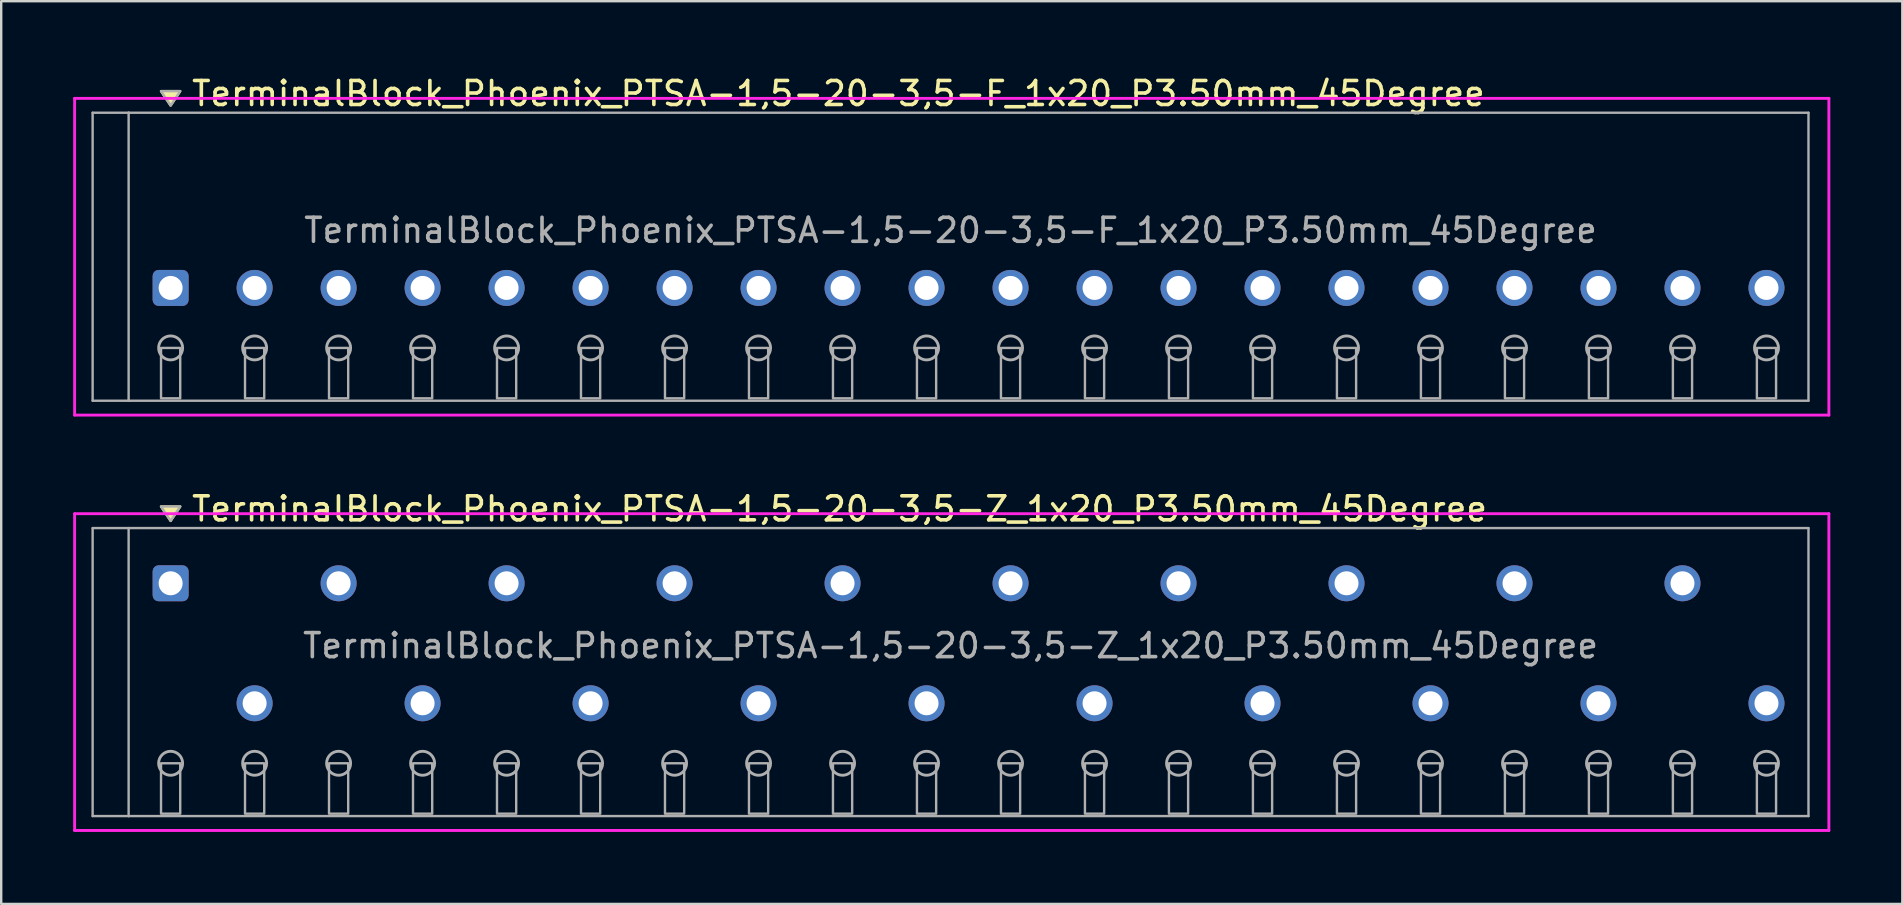
<source format=kicad_pcb>
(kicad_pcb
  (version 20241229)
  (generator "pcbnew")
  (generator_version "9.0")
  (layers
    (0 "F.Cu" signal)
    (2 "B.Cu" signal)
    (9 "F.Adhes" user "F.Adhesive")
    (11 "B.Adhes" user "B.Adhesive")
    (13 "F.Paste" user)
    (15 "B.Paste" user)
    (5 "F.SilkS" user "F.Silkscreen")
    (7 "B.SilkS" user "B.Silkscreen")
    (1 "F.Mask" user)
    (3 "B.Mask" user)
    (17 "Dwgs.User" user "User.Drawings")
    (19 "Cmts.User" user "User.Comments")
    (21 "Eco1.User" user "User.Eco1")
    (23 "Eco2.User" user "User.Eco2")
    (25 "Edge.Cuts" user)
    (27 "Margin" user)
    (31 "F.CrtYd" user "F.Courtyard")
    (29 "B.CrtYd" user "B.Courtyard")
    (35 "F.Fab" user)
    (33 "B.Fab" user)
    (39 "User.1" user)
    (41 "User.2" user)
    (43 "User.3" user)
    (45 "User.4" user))
  (footprint "TerminalBlock_Phoenix_PTSA-1,5-20-3,5-F_1x20_P3.50mm_45Degree"
    (layer "F.Cu")
    (at 4.06 8.948)
    (property "Reference" "TerminalBlock_Phoenix_PTSA-1,5-20-3,5-F_1x20_P3.50mm_45Degree" (at 0.8 -8.1 0) (layer "F.SilkS") (effects (font (size 1 1) (thickness 0.15)) (justify left)))
    (attr through_hole)
    (fp_poly (pts (xy 0 -7.6) (xy -0.4 -8.2) (xy 0.4 -8.2)) (stroke (width 0.1) (type solid)) (fill yes) (layer "F.SilkS"))
    (fp_line (start -4 -7.9) (end 69.1 -7.9) (stroke (width 0.12) (type solid)) (layer "F.CrtYd"))
    (fp_line (start -4 5.3) (end -4 -7.9) (stroke (width 0.12) (type solid)) (layer "F.CrtYd"))
    (fp_line (start 69.1 -7.9) (end 69.1 5.3) (stroke (width 0.12) (type solid)) (layer "F.CrtYd"))
    (fp_line (start 69.1 5.3) (end -4 5.3) (stroke (width 0.12) (type solid)) (layer "F.CrtYd"))
    (fp_line (start -3.25 -7.3) (end -1.75 -7.3) (stroke (width 0.1) (type solid)) (layer "F.Fab"))
    (fp_line (start -3.25 4.7) (end -3.25 -7.3) (stroke (width 0.1) (type solid)) (layer "F.Fab"))
    (fp_line (start -1.75 -7.3) (end -1.75 4.7) (stroke (width 0.1) (type solid)) (layer "F.Fab"))
    (fp_line (start -1.75 4.7) (end -3.25 4.7) (stroke (width 0.1) (type solid)) (layer "F.Fab"))
    (fp_line (start -1.75 4.7) (end 68.25 4.7) (stroke (width 0.1) (type solid)) (layer "F.Fab"))
    (fp_line (start 68.25 -7.3) (end -1.75 -7.3) (stroke (width 0.1) (type solid)) (layer "F.Fab"))
    (fp_line (start 68.25 4.7) (end 68.25 -7.3) (stroke (width 0.1) (type solid)) (layer "F.Fab"))
    (fp_circle (center 0 2.5) (end -0.5 2.5) (stroke (width 0.12) (type solid)) (fill no) (layer "F.Fab"))
    (fp_circle (center 3.5 2.5) (end 3 2.5) (stroke (width 0.12) (type solid)) (fill no) (layer "F.Fab"))
    (fp_circle (center 7 2.5) (end 6.5 2.5) (stroke (width 0.12) (type solid)) (fill no) (layer "F.Fab"))
    (fp_circle (center 10.5 2.5) (end 10 2.5) (stroke (width 0.12) (type solid)) (fill no) (layer "F.Fab"))
    (fp_circle (center 14 2.5) (end 13.5 2.5) (stroke (width 0.12) (type solid)) (fill no) (layer "F.Fab"))
    (fp_circle (center 17.5 2.5) (end 17 2.5) (stroke (width 0.12) (type solid)) (fill no) (layer "F.Fab"))
    (fp_circle (center 21 2.5) (end 20.5 2.5) (stroke (width 0.12) (type solid)) (fill no) (layer "F.Fab"))
    (fp_circle (center 24.5 2.5) (end 24 2.5) (stroke (width 0.12) (type solid)) (fill no) (layer "F.Fab"))
    (fp_circle (center 28 2.5) (end 27.5 2.5) (stroke (width 0.12) (type solid)) (fill no) (layer "F.Fab"))
    (fp_circle (center 31.5 2.5) (end 31 2.5) (stroke (width 0.12) (type solid)) (fill no) (layer "F.Fab"))
    (fp_circle (center 35 2.5) (end 34.5 2.5) (stroke (width 0.12) (type solid)) (fill no) (layer "F.Fab"))
    (fp_circle (center 38.5 2.5) (end 38 2.5) (stroke (width 0.12) (type solid)) (fill no) (layer "F.Fab"))
    (fp_circle (center 42 2.5) (end 41.5 2.5) (stroke (width 0.12) (type solid)) (fill no) (layer "F.Fab"))
    (fp_circle (center 45.5 2.5) (end 45 2.5) (stroke (width 0.12) (type solid)) (fill no) (layer "F.Fab"))
    (fp_circle (center 49 2.5) (end 48.5 2.5) (stroke (width 0.12) (type solid)) (fill no) (layer "F.Fab"))
    (fp_circle (center 52.5 2.5) (end 52 2.5) (stroke (width 0.12) (type solid)) (fill no) (layer "F.Fab"))
    (fp_circle (center 56 2.5) (end 55.5 2.5) (stroke (width 0.12) (type solid)) (fill no) (layer "F.Fab"))
    (fp_circle (center 59.5 2.5) (end 59 2.5) (stroke (width 0.12) (type solid)) (fill no) (layer "F.Fab"))
    (fp_circle (center 63 2.5) (end 62.5 2.5) (stroke (width 0.12) (type solid)) (fill no) (layer "F.Fab"))
    (fp_circle (center 66.5 2.5) (end 66 2.5) (stroke (width 0.12) (type solid)) (fill no) (layer "F.Fab"))
    (fp_poly (pts (xy 0 -7.6) (xy -0.4 -8.2) (xy 0.4 -8.2)) (stroke (width 0.1) (type solid)) (fill no) (layer "F.Fab"))
    (fp_poly (pts (xy -0.4 2.5) (xy -0.4 4.6) (xy 0.4 4.6) (xy 0.4 2.5)) (stroke (width 0.1) (type solid)) (fill no) (layer "F.Fab"))
    (fp_poly (pts (xy 3.1 2.5) (xy 3.1 4.6) (xy 3.9 4.6) (xy 3.9 2.5)) (stroke (width 0.1) (type solid)) (fill no) (layer "F.Fab"))
    (fp_poly (pts (xy 6.6 2.5) (xy 6.6 4.6) (xy 7.4 4.6) (xy 7.4 2.5)) (stroke (width 0.1) (type solid)) (fill no) (layer "F.Fab"))
    (fp_poly (pts (xy 10.1 2.5) (xy 10.1 4.6) (xy 10.9 4.6) (xy 10.9 2.5)) (stroke (width 0.1) (type solid)) (fill no) (layer "F.Fab"))
    (fp_poly (pts (xy 13.6 2.5) (xy 13.6 4.6) (xy 14.4 4.6) (xy 14.4 2.5)) (stroke (width 0.1) (type solid)) (fill no) (layer "F.Fab"))
    (fp_poly (pts (xy 17.1 2.5) (xy 17.1 4.6) (xy 17.9 4.6) (xy 17.9 2.5)) (stroke (width 0.1) (type solid)) (fill no) (layer "F.Fab"))
    (fp_poly (pts (xy 20.6 2.5) (xy 20.6 4.6) (xy 21.4 4.6) (xy 21.4 2.5)) (stroke (width 0.1) (type solid)) (fill no) (layer "F.Fab"))
    (fp_poly (pts (xy 24.1 2.5) (xy 24.1 4.6) (xy 24.9 4.6) (xy 24.9 2.5)) (stroke (width 0.1) (type solid)) (fill no) (layer "F.Fab"))
    (fp_poly (pts (xy 27.6 2.5) (xy 27.6 4.6) (xy 28.4 4.6) (xy 28.4 2.5)) (stroke (width 0.1) (type solid)) (fill no) (layer "F.Fab"))
    (fp_poly (pts (xy 31.1 2.5) (xy 31.1 4.6) (xy 31.9 4.6) (xy 31.9 2.5)) (stroke (width 0.1) (type solid)) (fill no) (layer "F.Fab"))
    (fp_poly (pts (xy 34.6 2.5) (xy 34.6 4.6) (xy 35.4 4.6) (xy 35.4 2.5)) (stroke (width 0.1) (type solid)) (fill no) (layer "F.Fab"))
    (fp_poly (pts (xy 38.1 2.5) (xy 38.1 4.6) (xy 38.9 4.6) (xy 38.9 2.5)) (stroke (width 0.1) (type solid)) (fill no) (layer "F.Fab"))
    (fp_poly (pts (xy 41.6 2.5) (xy 41.6 4.6) (xy 42.4 4.6) (xy 42.4 2.5)) (stroke (width 0.1) (type solid)) (fill no) (layer "F.Fab"))
    (fp_poly (pts (xy 45.1 2.5) (xy 45.1 4.6) (xy 45.9 4.6) (xy 45.9 2.5)) (stroke (width 0.1) (type solid)) (fill no) (layer "F.Fab"))
    (fp_poly (pts (xy 48.6 2.5) (xy 48.6 4.6) (xy 49.4 4.6) (xy 49.4 2.5)) (stroke (width 0.1) (type solid)) (fill no) (layer "F.Fab"))
    (fp_poly (pts (xy 52.1 2.5) (xy 52.1 4.6) (xy 52.9 4.6) (xy 52.9 2.5)) (stroke (width 0.1) (type solid)) (fill no) (layer "F.Fab"))
    (fp_poly (pts (xy 55.6 2.5) (xy 55.6 4.6) (xy 56.4 4.6) (xy 56.4 2.5)) (stroke (width 0.1) (type solid)) (fill no) (layer "F.Fab"))
    (fp_poly (pts (xy 59.1 2.5) (xy 59.1 4.6) (xy 59.9 4.6) (xy 59.9 2.5)) (stroke (width 0.1) (type solid)) (fill no) (layer "F.Fab"))
    (fp_poly (pts (xy 62.6 2.5) (xy 62.6 4.6) (xy 63.4 4.6) (xy 63.4 2.5)) (stroke (width 0.1) (type solid)) (fill no) (layer "F.Fab"))
    (fp_poly (pts (xy 66.1 2.5) (xy 66.1 4.6) (xy 66.9 4.6) (xy 66.9 2.5)) (stroke (width 0.1) (type solid)) (fill no) (layer "F.Fab"))
    (fp_text user "${REFERENCE}" (at 32.5 -2.4 0) (layer "F.Fab") (effects (font (size 1 1) (thickness 0.15))))
    (pad "1" thru_hole roundrect (at 0 0) (size 1.5 1.5) (drill 1) (layers "*.Cu" "*.Mask") (roundrect_rratio 0.167))
    (pad "2" thru_hole oval (at 3.5 0) (size 1.5 1.5) (drill 1) (layers "*.Cu" "*.Mask"))
    (pad "3" thru_hole oval (at 7 0) (size 1.5 1.5) (drill 1) (layers "*.Cu" "*.Mask"))
    (pad "4" thru_hole oval (at 10.5 0) (size 1.5 1.5) (drill 1) (layers "*.Cu" "*.Mask"))
    (pad "5" thru_hole oval (at 14 0) (size 1.5 1.5) (drill 1) (layers "*.Cu" "*.Mask"))
    (pad "6" thru_hole oval (at 17.5 0) (size 1.5 1.5) (drill 1) (layers "*.Cu" "*.Mask"))
    (pad "7" thru_hole oval (at 21 0) (size 1.5 1.5) (drill 1) (layers "*.Cu" "*.Mask"))
    (pad "8" thru_hole oval (at 24.5 0) (size 1.5 1.5) (drill 1) (layers "*.Cu" "*.Mask"))
    (pad "9" thru_hole oval (at 28 0) (size 1.5 1.5) (drill 1) (layers "*.Cu" "*.Mask"))
    (pad "10" thru_hole oval (at 31.5 0) (size 1.5 1.5) (drill 1) (layers "*.Cu" "*.Mask"))
    (pad "11" thru_hole oval (at 35 0) (size 1.5 1.5) (drill 1) (layers "*.Cu" "*.Mask"))
    (pad "12" thru_hole oval (at 38.5 0) (size 1.5 1.5) (drill 1) (layers "*.Cu" "*.Mask"))
    (pad "13" thru_hole oval (at 42 0) (size 1.5 1.5) (drill 1) (layers "*.Cu" "*.Mask"))
    (pad "14" thru_hole oval (at 45.5 0) (size 1.5 1.5) (drill 1) (layers "*.Cu" "*.Mask"))
    (pad "15" thru_hole oval (at 49 0) (size 1.5 1.5) (drill 1) (layers "*.Cu" "*.Mask"))
    (pad "16" thru_hole oval (at 52.5 0) (size 1.5 1.5) (drill 1) (layers "*.Cu" "*.Mask"))
    (pad "17" thru_hole oval (at 56 0) (size 1.5 1.5) (drill 1) (layers "*.Cu" "*.Mask"))
    (pad "18" thru_hole oval (at 59.5 0) (size 1.5 1.5) (drill 1) (layers "*.Cu" "*.Mask"))
    (pad "19" thru_hole oval (at 63 0) (size 1.5 1.5) (drill 1) (layers "*.Cu" "*.Mask"))
    (pad "20" thru_hole oval (at 66.5 0) (size 1.5 1.5) (drill 1) (layers "*.Cu" "*.Mask")))
  (footprint "TerminalBlock_Phoenix_PTSA-1,5-20-3,5-Z_1x20_P3.50mm_45Degree"
    (layer "F.Cu")
    (at 4.06 26.256)
    (property "Reference" "TerminalBlock_Phoenix_PTSA-1,5-20-3,5-Z_1x20_P3.50mm_45Degree" (at 0.8 -8.1 0) (layer "F.SilkS") (effects (font (size 1 1) (thickness 0.15)) (justify left)))
    (attr through_hole)
    (fp_poly (pts (xy 0 -7.6) (xy -0.4 -8.2) (xy 0.4 -8.2)) (stroke (width 0.1) (type solid)) (fill yes) (layer "F.SilkS"))
    (fp_line (start -4 -7.9) (end 69.1 -7.9) (stroke (width 0.12) (type solid)) (layer "F.CrtYd"))
    (fp_line (start -4 5.3) (end -4 -7.9) (stroke (width 0.12) (type solid)) (layer "F.CrtYd"))
    (fp_line (start 69.1 -7.9) (end 69.1 5.3) (stroke (width 0.12) (type solid)) (layer "F.CrtYd"))
    (fp_line (start 69.1 5.3) (end -4 5.3) (stroke (width 0.12) (type solid)) (layer "F.CrtYd"))
    (fp_line (start -3.25 -7.3) (end -1.75 -7.3) (stroke (width 0.1) (type solid)) (layer "F.Fab"))
    (fp_line (start -3.25 4.7) (end -3.25 -7.3) (stroke (width 0.1) (type solid)) (layer "F.Fab"))
    (fp_line (start -1.75 -7.3) (end -1.75 4.7) (stroke (width 0.1) (type solid)) (layer "F.Fab"))
    (fp_line (start -1.75 4.7) (end -3.25 4.7) (stroke (width 0.1) (type solid)) (layer "F.Fab"))
    (fp_line (start -1.75 4.7) (end 68.25 4.7) (stroke (width 0.1) (type solid)) (layer "F.Fab"))
    (fp_line (start 68.25 -7.3) (end -1.75 -7.3) (stroke (width 0.1) (type solid)) (layer "F.Fab"))
    (fp_line (start 68.25 4.7) (end 68.25 -7.3) (stroke (width 0.1) (type solid)) (layer "F.Fab"))
    (fp_circle (center 0 2.5) (end -0.5 2.5) (stroke (width 0.12) (type solid)) (fill no) (layer "F.Fab"))
    (fp_circle (center 3.5 2.5) (end 3 2.5) (stroke (width 0.12) (type solid)) (fill no) (layer "F.Fab"))
    (fp_circle (center 7 2.5) (end 6.5 2.5) (stroke (width 0.12) (type solid)) (fill no) (layer "F.Fab"))
    (fp_circle (center 10.5 2.5) (end 10 2.5) (stroke (width 0.12) (type solid)) (fill no) (layer "F.Fab"))
    (fp_circle (center 14 2.5) (end 13.5 2.5) (stroke (width 0.12) (type solid)) (fill no) (layer "F.Fab"))
    (fp_circle (center 17.5 2.5) (end 17 2.5) (stroke (width 0.12) (type solid)) (fill no) (layer "F.Fab"))
    (fp_circle (center 21 2.5) (end 20.5 2.5) (stroke (width 0.12) (type solid)) (fill no) (layer "F.Fab"))
    (fp_circle (center 24.5 2.5) (end 24 2.5) (stroke (width 0.12) (type solid)) (fill no) (layer "F.Fab"))
    (fp_circle (center 28 2.5) (end 27.5 2.5) (stroke (width 0.12) (type solid)) (fill no) (layer "F.Fab"))
    (fp_circle (center 31.5 2.5) (end 31 2.5) (stroke (width 0.12) (type solid)) (fill no) (layer "F.Fab"))
    (fp_circle (center 35 2.5) (end 34.5 2.5) (stroke (width 0.12) (type solid)) (fill no) (layer "F.Fab"))
    (fp_circle (center 38.5 2.5) (end 38 2.5) (stroke (width 0.12) (type solid)) (fill no) (layer "F.Fab"))
    (fp_circle (center 42 2.5) (end 41.5 2.5) (stroke (width 0.12) (type solid)) (fill no) (layer "F.Fab"))
    (fp_circle (center 45.5 2.5) (end 45 2.5) (stroke (width 0.12) (type solid)) (fill no) (layer "F.Fab"))
    (fp_circle (center 49 2.5) (end 48.5 2.5) (stroke (width 0.12) (type solid)) (fill no) (layer "F.Fab"))
    (fp_circle (center 52.5 2.5) (end 52 2.5) (stroke (width 0.12) (type solid)) (fill no) (layer "F.Fab"))
    (fp_circle (center 56 2.5) (end 55.5 2.5) (stroke (width 0.12) (type solid)) (fill no) (layer "F.Fab"))
    (fp_circle (center 59.5 2.5) (end 59 2.5) (stroke (width 0.12) (type solid)) (fill no) (layer "F.Fab"))
    (fp_circle (center 63 2.5) (end 62.5 2.5) (stroke (width 0.12) (type solid)) (fill no) (layer "F.Fab"))
    (fp_circle (center 66.5 2.5) (end 66 2.5) (stroke (width 0.12) (type solid)) (fill no) (layer "F.Fab"))
    (fp_poly (pts (xy 0 -7.6) (xy -0.4 -8.2) (xy 0.4 -8.2)) (stroke (width 0.1) (type solid)) (fill no) (layer "F.Fab"))
    (fp_poly (pts (xy -0.4 2.5) (xy -0.4 4.6) (xy 0.4 4.6) (xy 0.4 2.5)) (stroke (width 0.1) (type solid)) (fill no) (layer "F.Fab"))
    (fp_poly (pts (xy 3.1 2.5) (xy 3.1 4.6) (xy 3.9 4.6) (xy 3.9 2.5)) (stroke (width 0.1) (type solid)) (fill no) (layer "F.Fab"))
    (fp_poly (pts (xy 6.6 2.5) (xy 6.6 4.6) (xy 7.4 4.6) (xy 7.4 2.5)) (stroke (width 0.1) (type solid)) (fill no) (layer "F.Fab"))
    (fp_poly (pts (xy 10.1 2.5) (xy 10.1 4.6) (xy 10.9 4.6) (xy 10.9 2.5)) (stroke (width 0.1) (type solid)) (fill no) (layer "F.Fab"))
    (fp_poly (pts (xy 13.6 2.5) (xy 13.6 4.6) (xy 14.4 4.6) (xy 14.4 2.5)) (stroke (width 0.1) (type solid)) (fill no) (layer "F.Fab"))
    (fp_poly (pts (xy 17.1 2.5) (xy 17.1 4.6) (xy 17.9 4.6) (xy 17.9 2.5)) (stroke (width 0.1) (type solid)) (fill no) (layer "F.Fab"))
    (fp_poly (pts (xy 20.6 2.5) (xy 20.6 4.6) (xy 21.4 4.6) (xy 21.4 2.5)) (stroke (width 0.1) (type solid)) (fill no) (layer "F.Fab"))
    (fp_poly (pts (xy 24.1 2.5) (xy 24.1 4.6) (xy 24.9 4.6) (xy 24.9 2.5)) (stroke (width 0.1) (type solid)) (fill no) (layer "F.Fab"))
    (fp_poly (pts (xy 27.6 2.5) (xy 27.6 4.6) (xy 28.4 4.6) (xy 28.4 2.5)) (stroke (width 0.1) (type solid)) (fill no) (layer "F.Fab"))
    (fp_poly (pts (xy 31.1 2.5) (xy 31.1 4.6) (xy 31.9 4.6) (xy 31.9 2.5)) (stroke (width 0.1) (type solid)) (fill no) (layer "F.Fab"))
    (fp_poly (pts (xy 34.6 2.5) (xy 34.6 4.6) (xy 35.4 4.6) (xy 35.4 2.5)) (stroke (width 0.1) (type solid)) (fill no) (layer "F.Fab"))
    (fp_poly (pts (xy 38.1 2.5) (xy 38.1 4.6) (xy 38.9 4.6) (xy 38.9 2.5)) (stroke (width 0.1) (type solid)) (fill no) (layer "F.Fab"))
    (fp_poly (pts (xy 41.6 2.5) (xy 41.6 4.6) (xy 42.4 4.6) (xy 42.4 2.5)) (stroke (width 0.1) (type solid)) (fill no) (layer "F.Fab"))
    (fp_poly (pts (xy 45.1 2.5) (xy 45.1 4.6) (xy 45.9 4.6) (xy 45.9 2.5)) (stroke (width 0.1) (type solid)) (fill no) (layer "F.Fab"))
    (fp_poly (pts (xy 48.6 2.5) (xy 48.6 4.6) (xy 49.4 4.6) (xy 49.4 2.5)) (stroke (width 0.1) (type solid)) (fill no) (layer "F.Fab"))
    (fp_poly (pts (xy 52.1 2.5) (xy 52.1 4.6) (xy 52.9 4.6) (xy 52.9 2.5)) (stroke (width 0.1) (type solid)) (fill no) (layer "F.Fab"))
    (fp_poly (pts (xy 55.6 2.5) (xy 55.6 4.6) (xy 56.4 4.6) (xy 56.4 2.5)) (stroke (width 0.1) (type solid)) (fill no) (layer "F.Fab"))
    (fp_poly (pts (xy 59.1 2.5) (xy 59.1 4.6) (xy 59.9 4.6) (xy 59.9 2.5)) (stroke (width 0.1) (type solid)) (fill no) (layer "F.Fab"))
    (fp_poly (pts (xy 62.6 2.5) (xy 62.6 4.6) (xy 63.4 4.6) (xy 63.4 2.5)) (stroke (width 0.1) (type solid)) (fill no) (layer "F.Fab"))
    (fp_poly (pts (xy 66.1 2.5) (xy 66.1 4.6) (xy 66.9 4.6) (xy 66.9 2.5)) (stroke (width 0.1) (type solid)) (fill no) (layer "F.Fab"))
    (fp_text user "${REFERENCE}" (at 32.5 -2.4 0) (layer "F.Fab") (effects (font (size 1 1) (thickness 0.15))))
    (pad "1" thru_hole roundrect (at 0 -5) (size 1.5 1.5) (drill 1) (layers "*.Cu" "*.Mask") (roundrect_rratio 0.167))
    (pad "2" thru_hole oval (at 3.5 0) (size 1.5 1.5) (drill 1) (layers "*.Cu" "*.Mask"))
    (pad "3" thru_hole oval (at 7 -5) (size 1.5 1.5) (drill 1) (layers "*.Cu" "*.Mask"))
    (pad "4" thru_hole oval (at 10.5 0) (size 1.5 1.5) (drill 1) (layers "*.Cu" "*.Mask"))
    (pad "5" thru_hole oval (at 14 -5) (size 1.5 1.5) (drill 1) (layers "*.Cu" "*.Mask"))
    (pad "6" thru_hole oval (at 17.5 0) (size 1.5 1.5) (drill 1) (layers "*.Cu" "*.Mask"))
    (pad "7" thru_hole oval (at 21 -5) (size 1.5 1.5) (drill 1) (layers "*.Cu" "*.Mask"))
    (pad "8" thru_hole oval (at 24.5 0) (size 1.5 1.5) (drill 1) (layers "*.Cu" "*.Mask"))
    (pad "9" thru_hole oval (at 28 -5) (size 1.5 1.5) (drill 1) (layers "*.Cu" "*.Mask"))
    (pad "10" thru_hole oval (at 31.5 0) (size 1.5 1.5) (drill 1) (layers "*.Cu" "*.Mask"))
    (pad "11" thru_hole oval (at 35 -5) (size 1.5 1.5) (drill 1) (layers "*.Cu" "*.Mask"))
    (pad "12" thru_hole oval (at 38.5 0) (size 1.5 1.5) (drill 1) (layers "*.Cu" "*.Mask"))
    (pad "13" thru_hole oval (at 42 -5) (size 1.5 1.5) (drill 1) (layers "*.Cu" "*.Mask"))
    (pad "14" thru_hole oval (at 45.5 0) (size 1.5 1.5) (drill 1) (layers "*.Cu" "*.Mask"))
    (pad "15" thru_hole oval (at 49 -5) (size 1.5 1.5) (drill 1) (layers "*.Cu" "*.Mask"))
    (pad "16" thru_hole oval (at 52.5 0) (size 1.5 1.5) (drill 1) (layers "*.Cu" "*.Mask"))
    (pad "17" thru_hole oval (at 56 -5) (size 1.5 1.5) (drill 1) (layers "*.Cu" "*.Mask"))
    (pad "18" thru_hole oval (at 59.5 0) (size 1.5 1.5) (drill 1) (layers "*.Cu" "*.Mask"))
    (pad "19" thru_hole oval (at 63 -5) (size 1.5 1.5) (drill 1) (layers "*.Cu" "*.Mask"))
    (pad "20" thru_hole oval (at 66.5 0) (size 1.5 1.5) (drill 1) (layers "*.Cu" "*.Mask")))
  (gr_rect
    (start -3 -3)
    (end 76.22 34.617)
    (stroke (width 0.1) (type default))
    (fill no)
    (layer "Edge.Cuts")))
</source>
